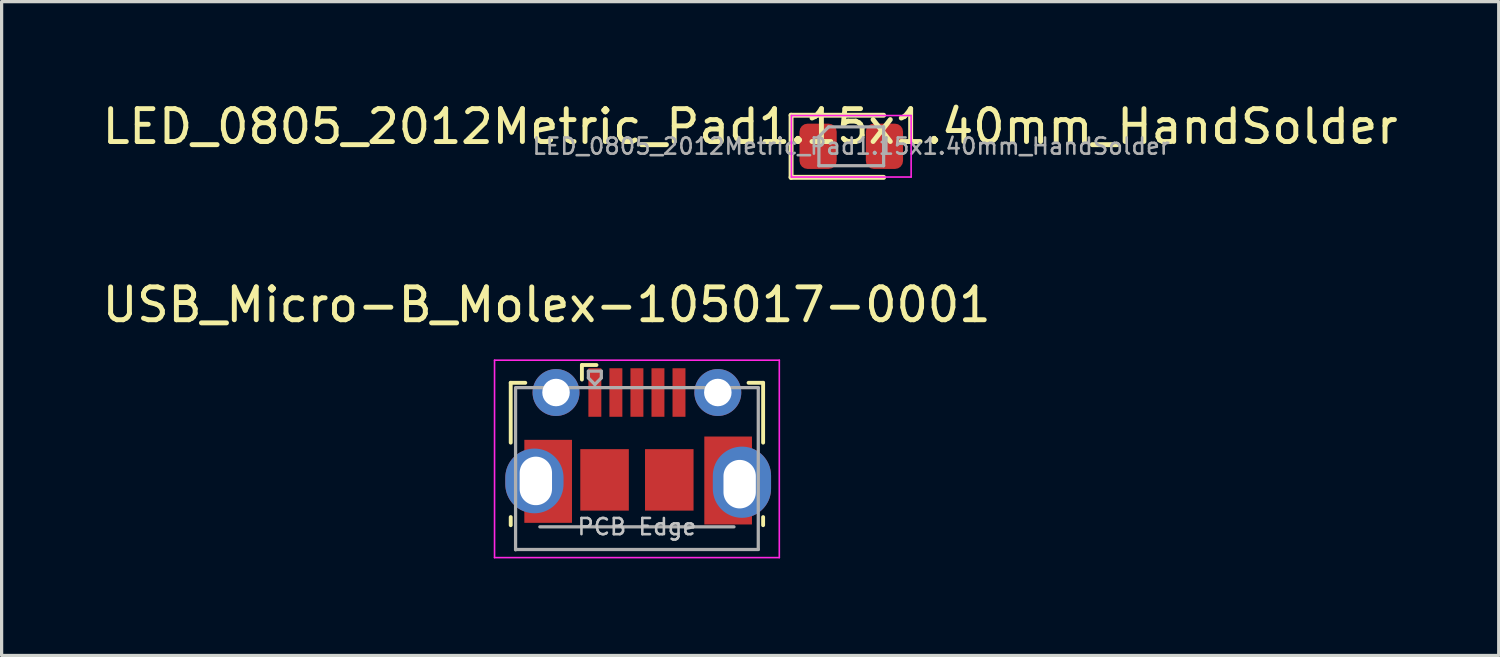
<source format=kicad_pcb>
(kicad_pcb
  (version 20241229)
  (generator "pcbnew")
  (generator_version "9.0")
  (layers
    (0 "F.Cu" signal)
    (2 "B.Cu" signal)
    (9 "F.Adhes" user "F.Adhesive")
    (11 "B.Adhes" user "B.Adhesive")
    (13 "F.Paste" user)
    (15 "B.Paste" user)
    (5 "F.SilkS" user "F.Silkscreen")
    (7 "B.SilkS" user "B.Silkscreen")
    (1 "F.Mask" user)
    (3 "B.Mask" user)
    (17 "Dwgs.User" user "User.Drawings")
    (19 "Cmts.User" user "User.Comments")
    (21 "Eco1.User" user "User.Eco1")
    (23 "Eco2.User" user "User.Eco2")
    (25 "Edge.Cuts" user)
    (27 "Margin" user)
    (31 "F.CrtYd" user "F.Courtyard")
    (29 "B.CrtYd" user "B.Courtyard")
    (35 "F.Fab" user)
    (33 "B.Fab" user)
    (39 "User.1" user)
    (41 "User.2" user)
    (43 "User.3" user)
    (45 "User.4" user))
  (footprint "USB_Micro-B_Molex-105017-0001"
    (layer "F.Cu")
    (at 16.633 10.542)
    (property "Reference" "USB_Micro-B_Molex-105017-0001" (at -2.79 -4.173 0) (layer "F.SilkS") (effects (font (size 1.016 1.016) (thickness 0.152))))
    (attr smd)
    (fp_line (start -3.9 -1.762) (end -3.45 -1.762) (stroke (width 0.12) (type solid)) (layer "F.SilkS"))
    (fp_line (start -3.9 0.087) (end -3.9 -1.762) (stroke (width 0.12) (type solid)) (layer "F.SilkS"))
    (fp_line (start -3.9 2.638) (end -3.9 2.388) (stroke (width 0.12) (type solid)) (layer "F.SilkS"))
    (fp_line (start -1.7 -2.312) (end -1.7 -1.863) (stroke (width 0.12) (type solid)) (layer "F.SilkS"))
    (fp_line (start -1.7 -2.312) (end -1.25 -2.312) (stroke (width 0.12) (type solid)) (layer "F.SilkS"))
    (fp_line (start 3.9 -1.762) (end 3.45 -1.762) (stroke (width 0.12) (type solid)) (layer "F.SilkS"))
    (fp_line (start 3.9 0.087) (end 3.9 -1.762) (stroke (width 0.12) (type solid)) (layer "F.SilkS"))
    (fp_line (start 3.9 2.638) (end 3.9 2.388) (stroke (width 0.12) (type solid)) (layer "F.SilkS"))
    (fp_line (start -4.4 -2.46) (end 4.4 -2.46) (stroke (width 0.05) (type solid)) (layer "F.CrtYd"))
    (fp_line (start -4.4 3.64) (end -4.4 -2.46) (stroke (width 0.05) (type solid)) (layer "F.CrtYd"))
    (fp_line (start -4.4 3.64) (end 4.4 3.64) (stroke (width 0.05) (type solid)) (layer "F.CrtYd"))
    (fp_line (start 4.4 -2.46) (end 4.4 3.64) (stroke (width 0.05) (type solid)) (layer "F.CrtYd"))
    (fp_line (start -3.75 -1.613) (end 3.75 -1.613) (stroke (width 0.1) (type solid)) (layer "F.Fab"))
    (fp_line (start -3.75 3.389) (end 3.75 3.389) (stroke (width 0.1) (type solid)) (layer "F.Fab"))
    (fp_line (start -3.75 3.4) (end -3.75 -1.6) (stroke (width 0.1) (type solid)) (layer "F.Fab"))
    (fp_line (start -3 2.689) (end 3 2.689) (stroke (width 0.1) (type solid)) (layer "F.Fab"))
    (fp_line (start -1.5 -2.123) (end -1.5 -1.913) (stroke (width 0.1) (type solid)) (layer "F.Fab"))
    (fp_line (start -1.5 -2.123) (end -1.1 -2.123) (stroke (width 0.1) (type solid)) (layer "F.Fab"))
    (fp_line (start -1.3 -1.712) (end -1.5 -1.913) (stroke (width 0.1) (type solid)) (layer "F.Fab"))
    (fp_line (start -1.1 -2.123) (end -1.1 -1.913) (stroke (width 0.1) (type solid)) (layer "F.Fab"))
    (fp_line (start -1.1 -1.913) (end -1.3 -1.712) (stroke (width 0.1) (type solid)) (layer "F.Fab"))
    (fp_line (start 3.75 3.388) (end 3.75 -1.613) (stroke (width 0.1) (type solid)) (layer "F.Fab"))
    (fp_text user "PCB Edge" (at 0 2.688 0) (layer "Dwgs.User") (effects (font (size 0.5 0.5) (thickness 0.08))))
    (pad "1" smd rect (at -1.3 -1.462) (size 0.4 1.5) (layers "F.Cu" "F.Mask" "F.Paste"))
    (pad "2" smd rect (at -0.65 -1.462) (size 0.4 1.5) (layers "F.Cu" "F.Mask" "F.Paste"))
    (pad "3" smd rect (at 0 -1.462) (size 0.4 1.5) (layers "F.Cu" "F.Mask" "F.Paste"))
    (pad "4" smd rect (at 0.65 -1.462) (size 0.4 1.5) (layers "F.Cu" "F.Mask" "F.Paste"))
    (pad "5" smd rect (at 1.3 -1.462) (size 0.4 1.5) (layers "F.Cu" "F.Mask" "F.Paste"))
    (pad "6" thru_hole oval (at -3.124 1.27 180) (size 1.8 2) (drill oval 1 1.5 (offset 0.044 0)) (layers "*.Cu" "*.Mask"))
    (pad "6" smd rect (at -2.743 1.283) (size 1.473 2.565) (layers "F.Cu" "F.Mask"))
    (pad "6" thru_hole circle (at -2.5 -1.462) (size 1.45 1.45) (drill 0.85) (layers "*.Cu" "*.Mask"))
    (pad "6" smd rect (at -1 1.238) (size 1.5 1.9) (layers "F.Cu" "F.Mask" "F.Paste"))
    (pad "6" smd rect (at 1 1.238) (size 1.5 1.9) (layers "F.Cu" "F.Mask" "F.Paste"))
    (pad "6" thru_hole circle (at 2.5 -1.462) (size 1.45 1.45) (drill 0.85) (layers "*.Cu" "*.Mask"))
    (pad "6" smd rect (at 2.819 1.257) (size 1.473 2.718) (layers "F.Cu" "F.Mask"))
    (pad "6" thru_hole oval (at 3.175 1.37) (size 1.8 2.2) (drill oval 1 1.5 (offset 0.07 -0.06)) (layers "*.Cu" "*.Mask")))
  (footprint "LED_0805_2012Metric_Pad1.15x1.40mm_HandSolder"
    (layer "F.Cu")
    (at 23.257 1.471)
    (property "Reference" "LED_0805_2012Metric_Pad1.15x1.40mm_HandSolder" (at -3.124 -0.61 0) (layer "F.SilkS") (effects (font (size 1.016 1.016) (thickness 0.152))))
    (attr smd)
    (fp_line (start -1.86 -0.96) (end -1.86 0.96) (stroke (width 0.152) (type solid)) (layer "F.SilkS"))
    (fp_line (start -1.86 0.96) (end 1 0.96) (stroke (width 0.152) (type solid)) (layer "F.SilkS"))
    (fp_line (start 1 -0.96) (end -1.86 -0.96) (stroke (width 0.152) (type solid)) (layer "F.SilkS"))
    (fp_line (start -1.85 -0.95) (end 1.85 -0.95) (stroke (width 0.05) (type solid)) (layer "F.CrtYd"))
    (fp_line (start -1.85 0.95) (end -1.85 -0.95) (stroke (width 0.05) (type solid)) (layer "F.CrtYd"))
    (fp_line (start 1.85 -0.95) (end 1.85 0.95) (stroke (width 0.05) (type solid)) (layer "F.CrtYd"))
    (fp_line (start 1.85 0.95) (end -1.85 0.95) (stroke (width 0.05) (type solid)) (layer "F.CrtYd"))
    (fp_line (start -1 -0.3) (end -1 0.6) (stroke (width 0.1) (type solid)) (layer "F.Fab"))
    (fp_line (start -1 0.6) (end 1 0.6) (stroke (width 0.1) (type solid)) (layer "F.Fab"))
    (fp_line (start -0.7 -0.6) (end -1 -0.3) (stroke (width 0.1) (type solid)) (layer "F.Fab"))
    (fp_line (start 1 -0.6) (end -0.7 -0.6) (stroke (width 0.1) (type solid)) (layer "F.Fab"))
    (fp_line (start 1 0.6) (end 1 -0.6) (stroke (width 0.1) (type solid)) (layer "F.Fab"))
    (fp_text user "${REFERENCE}" (at 0 0 0) (layer "F.Fab") (effects (font (size 0.5 0.5) (thickness 0.08))))
    (pad "1" smd roundrect (at -1.025 0) (size 1.15 1.4) (layers "F.Cu" "F.Mask" "F.Paste") (roundrect_rratio 0.217))
    (pad "2" smd roundrect (at 1.025 0) (size 1.15 1.4) (layers "F.Cu" "F.Mask" "F.Paste") (roundrect_rratio 0.217)))
  (gr_rect
    (start -3 -3)
    (end 43.265 17.207)
    (stroke (width 0.1) (type default))
    (fill no)
    (layer "Edge.Cuts")))
</source>
